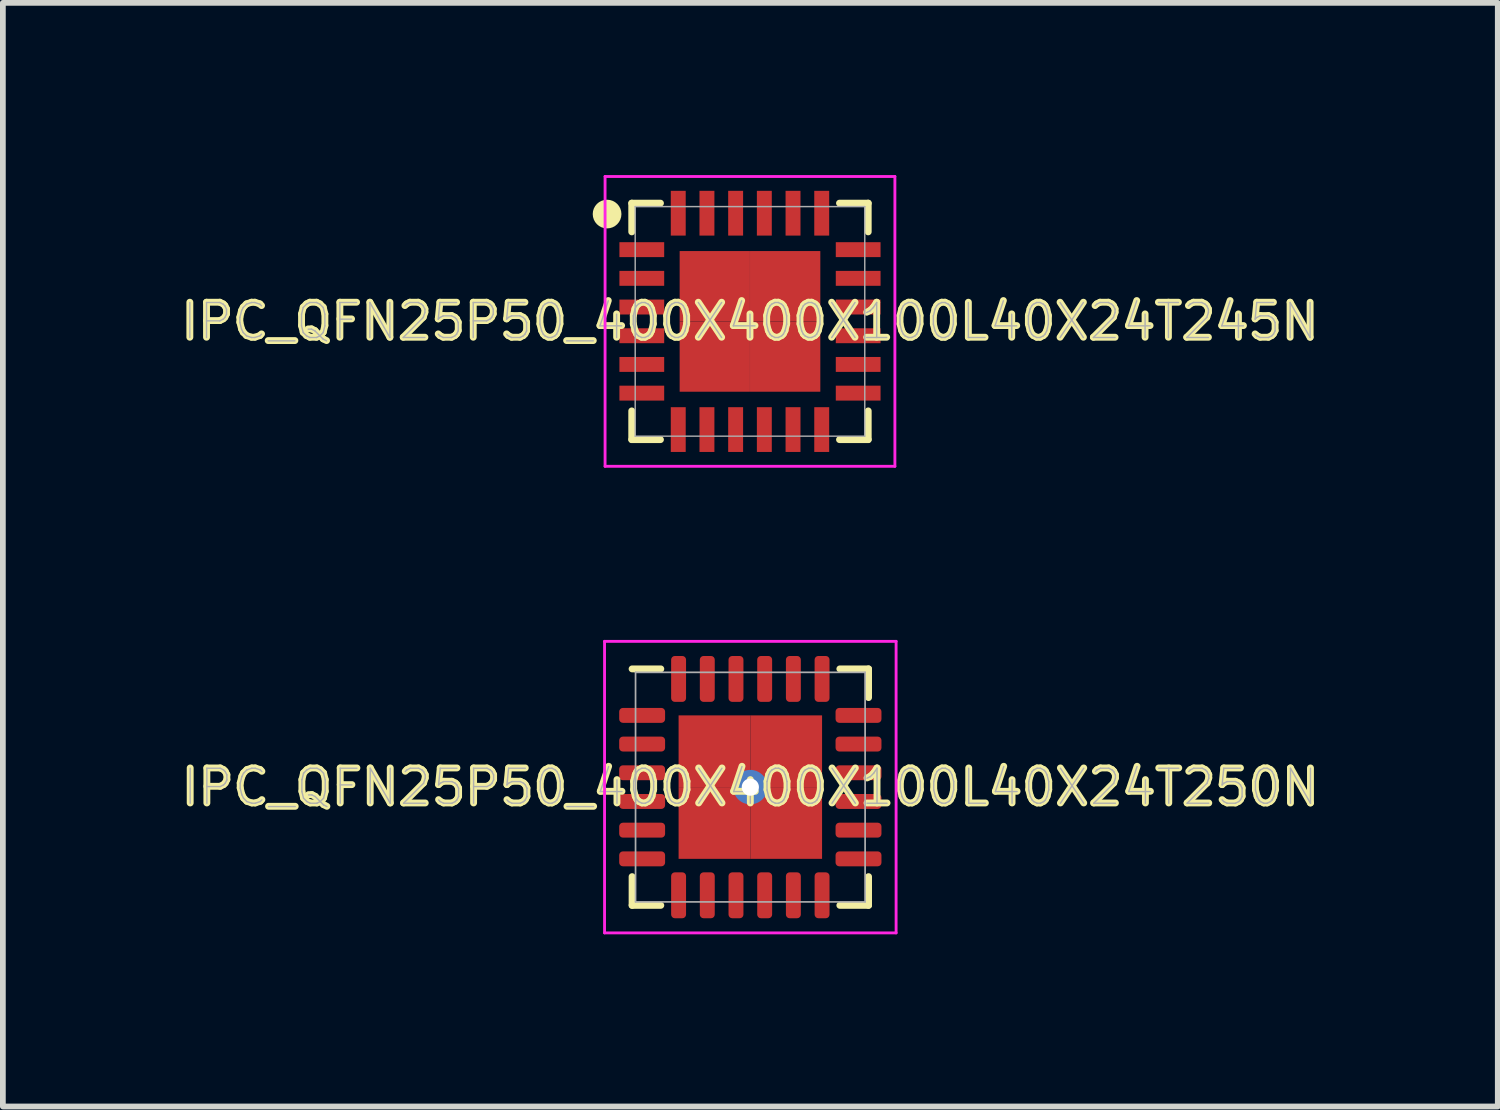
<source format=kicad_pcb>
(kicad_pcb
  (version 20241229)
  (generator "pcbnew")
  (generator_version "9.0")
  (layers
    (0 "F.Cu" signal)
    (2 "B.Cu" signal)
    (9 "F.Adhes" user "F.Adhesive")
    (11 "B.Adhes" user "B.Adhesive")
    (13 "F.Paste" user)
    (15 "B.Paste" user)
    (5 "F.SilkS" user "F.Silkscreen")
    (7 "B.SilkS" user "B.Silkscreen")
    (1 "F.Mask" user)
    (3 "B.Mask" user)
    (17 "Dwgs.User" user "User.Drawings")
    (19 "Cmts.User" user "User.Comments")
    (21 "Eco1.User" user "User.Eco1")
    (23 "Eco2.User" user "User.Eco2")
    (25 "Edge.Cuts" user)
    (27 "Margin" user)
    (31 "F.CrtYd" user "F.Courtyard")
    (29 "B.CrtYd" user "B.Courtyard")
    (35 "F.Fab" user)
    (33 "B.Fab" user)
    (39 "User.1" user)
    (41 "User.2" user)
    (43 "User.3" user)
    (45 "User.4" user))
  (footprint "IPC_QFN25P50_400X400X100L40X24T245N"
    (layer "F.Cu")
    (at 10.018 2.55)
    (property "Reference" "IPC_QFN25P50_400X400X100L40X24T245N" (at 0 0 0) (layer "F.SilkS") (effects (font (size 0.61 0.61) (thickness 0.12))))
    (attr smd)
    (fp_line (start -2.06 -2.06) (end -2.06 -1.56) (stroke (width 0.12) (type solid)) (layer "F.SilkS"))
    (fp_line (start -2.06 1.56) (end -2.06 2.06) (stroke (width 0.12) (type solid)) (layer "F.SilkS"))
    (fp_line (start -2.06 2.06) (end -1.56 2.06) (stroke (width 0.12) (type solid)) (layer "F.SilkS"))
    (fp_line (start -1.56 -2.06) (end -2.06 -2.06) (stroke (width 0.12) (type solid)) (layer "F.SilkS"))
    (fp_line (start 1.56 2.06) (end 2.06 2.06) (stroke (width 0.12) (type solid)) (layer "F.SilkS"))
    (fp_line (start 2.06 -2.06) (end 1.56 -2.06) (stroke (width 0.12) (type solid)) (layer "F.SilkS"))
    (fp_line (start 2.06 -1.56) (end 2.06 -2.06) (stroke (width 0.12) (type solid)) (layer "F.SilkS"))
    (fp_line (start 2.06 2.06) (end 2.06 1.56) (stroke (width 0.12) (type solid)) (layer "F.SilkS"))
    (fp_circle (center -2.49 -1.87) (end -2.365 -1.87) (stroke (width 0.25) (type solid)) (fill no) (layer "F.SilkS"))
    (fp_line (start -2.525 -2.525) (end 2.525 -2.525) (stroke (width 0.05) (type solid)) (layer "F.CrtYd"))
    (fp_line (start -2.525 2.525) (end -2.525 -2.525) (stroke (width 0.05) (type solid)) (layer "F.CrtYd"))
    (fp_line (start 2.525 -2.525) (end 2.525 2.525) (stroke (width 0.05) (type solid)) (layer "F.CrtYd"))
    (fp_line (start 2.525 2.525) (end -2.525 2.525) (stroke (width 0.05) (type solid)) (layer "F.CrtYd"))
    (fp_line (start -2 -2) (end 2 -2) (stroke (width 0.025) (type solid)) (layer "F.Fab"))
    (fp_line (start -2 2) (end -2 -2) (stroke (width 0.025) (type solid)) (layer "F.Fab"))
    (fp_line (start 2 -2) (end 2 2) (stroke (width 0.025) (type solid)) (layer "F.Fab"))
    (fp_line (start 2 2) (end -2 2) (stroke (width 0.025) (type solid)) (layer "F.Fab"))
    (fp_text user "${REFERENCE}" (at 0 0 0) (layer "F.Fab") (effects (font (size 0.61 0.61) (thickness 0.025))))
    (pad "1" smd rect (at -1.885 -1.25 270) (size 0.26 0.78) (layers "F.Cu" "F.Mask" "F.Paste"))
    (pad "2" smd rect (at -1.885 -0.75 270) (size 0.26 0.78) (layers "F.Cu" "F.Mask" "F.Paste"))
    (pad "3" smd rect (at -1.885 -0.25 270) (size 0.26 0.78) (layers "F.Cu" "F.Mask" "F.Paste"))
    (pad "4" smd rect (at -1.885 0.25 270) (size 0.26 0.78) (layers "F.Cu" "F.Mask" "F.Paste"))
    (pad "5" smd rect (at -1.885 0.75 270) (size 0.26 0.78) (layers "F.Cu" "F.Mask" "F.Paste"))
    (pad "6" smd rect (at -1.885 1.25 270) (size 0.26 0.78) (layers "F.Cu" "F.Mask" "F.Paste"))
    (pad "7" smd rect (at -1.25 1.885) (size 0.26 0.78) (layers "F.Cu" "F.Mask" "F.Paste"))
    (pad "8" smd rect (at -0.75 1.885) (size 0.26 0.78) (layers "F.Cu" "F.Mask" "F.Paste"))
    (pad "9" smd rect (at -0.25 1.885) (size 0.26 0.78) (layers "F.Cu" "F.Mask" "F.Paste"))
    (pad "10" smd rect (at 0.25 1.885) (size 0.26 0.78) (layers "F.Cu" "F.Mask" "F.Paste"))
    (pad "11" smd rect (at 0.75 1.885) (size 0.26 0.78) (layers "F.Cu" "F.Mask" "F.Paste"))
    (pad "12" smd rect (at 1.25 1.885) (size 0.26 0.78) (layers "F.Cu" "F.Mask" "F.Paste"))
    (pad "13" smd rect (at 1.885 1.25 90) (size 0.26 0.78) (layers "F.Cu" "F.Mask" "F.Paste"))
    (pad "14" smd rect (at 1.885 0.75 90) (size 0.26 0.78) (layers "F.Cu" "F.Mask" "F.Paste"))
    (pad "15" smd rect (at 1.885 0.25 90) (size 0.26 0.78) (layers "F.Cu" "F.Mask" "F.Paste"))
    (pad "16" smd rect (at 1.885 -0.25 90) (size 0.26 0.78) (layers "F.Cu" "F.Mask" "F.Paste"))
    (pad "17" smd rect (at 1.885 -0.75 90) (size 0.26 0.78) (layers "F.Cu" "F.Mask" "F.Paste"))
    (pad "18" smd rect (at 1.885 -1.25 90) (size 0.26 0.78) (layers "F.Cu" "F.Mask" "F.Paste"))
    (pad "19" smd rect (at 1.25 -1.885 180) (size 0.26 0.78) (layers "F.Cu" "F.Mask" "F.Paste"))
    (pad "20" smd rect (at 0.75 -1.885 180) (size 0.26 0.78) (layers "F.Cu" "F.Mask" "F.Paste"))
    (pad "21" smd rect (at 0.25 -1.885 180) (size 0.26 0.78) (layers "F.Cu" "F.Mask" "F.Paste"))
    (pad "22" smd rect (at -0.25 -1.885 180) (size 0.26 0.78) (layers "F.Cu" "F.Mask" "F.Paste"))
    (pad "23" smd rect (at -0.75 -1.885 180) (size 0.26 0.78) (layers "F.Cu" "F.Mask" "F.Paste"))
    (pad "24" smd rect (at -1.25 -1.885 180) (size 0.26 0.78) (layers "F.Cu" "F.Mask" "F.Paste"))
    (pad "25" smd rect (at -0.613 -0.613) (size 1.225 1.225) (layers "F.Cu" "F.Mask" "F.Paste"))
    (pad "25" smd rect (at -0.613 0.613) (size 1.225 1.225) (layers "F.Cu" "F.Mask" "F.Paste"))
    (pad "25" smd rect (at 0.613 -0.613) (size 1.225 1.225) (layers "F.Cu" "F.Mask" "F.Paste"))
    (pad "25" smd rect (at 0.613 0.613) (size 1.225 1.225) (layers "F.Cu" "F.Mask" "F.Paste")))
  (footprint "IPC_QFN25P50_400X400X100L40X24T250N"
    (layer "F.Cu")
    (at 10.024 10.665)
    (property "Reference" "IPC_QFN25P50_400X400X100L40X24T250N" (at 0 0 0) (layer "F.SilkS") (effects (font (size 0.61 0.61) (thickness 0.12))))
    (attr smd)
    (fp_line (start -2.06 1.56) (end -2.06 2.06) (stroke (width 0.12) (type solid)) (layer "F.SilkS"))
    (fp_line (start -2.06 2.06) (end -1.56 2.06) (stroke (width 0.12) (type solid)) (layer "F.SilkS"))
    (fp_line (start -1.56 -2.06) (end -2.06 -2.06) (stroke (width 0.12) (type solid)) (layer "F.SilkS"))
    (fp_line (start 1.56 2.06) (end 2.06 2.06) (stroke (width 0.12) (type solid)) (layer "F.SilkS"))
    (fp_line (start 2.06 -2.06) (end 1.56 -2.06) (stroke (width 0.12) (type solid)) (layer "F.SilkS"))
    (fp_line (start 2.06 -1.56) (end 2.06 -2.06) (stroke (width 0.12) (type solid)) (layer "F.SilkS"))
    (fp_line (start 2.06 2.06) (end 2.06 1.56) (stroke (width 0.12) (type solid)) (layer "F.SilkS"))
    (fp_line (start -2.54 -2.54) (end 2.54 -2.54) (stroke (width 0.05) (type solid)) (layer "F.CrtYd"))
    (fp_line (start -2.54 2.54) (end -2.54 -2.54) (stroke (width 0.05) (type solid)) (layer "F.CrtYd"))
    (fp_line (start 2.54 -2.54) (end 2.54 2.54) (stroke (width 0.05) (type solid)) (layer "F.CrtYd"))
    (fp_line (start 2.54 2.54) (end -2.54 2.54) (stroke (width 0.05) (type solid)) (layer "F.CrtYd"))
    (fp_line (start -2 -2) (end 2 -2) (stroke (width 0.03) (type solid)) (layer "F.Fab"))
    (fp_line (start -2 2) (end -2 -2) (stroke (width 0.03) (type solid)) (layer "F.Fab"))
    (fp_line (start 2 -2) (end 2 2) (stroke (width 0.03) (type solid)) (layer "F.Fab"))
    (fp_line (start 2 2) (end -2 2) (stroke (width 0.03) (type solid)) (layer "F.Fab"))
    (fp_text user "${REFERENCE}" (at 0 0 0) (layer "F.Fab") (effects (font (size 0.61 0.61) (thickness 0.025))))
    (pad "1" smd roundrect (at -1.885 -1.25 270) (size 0.26 0.8) (layers "F.Cu" "F.Mask" "F.Paste") (roundrect_rratio 0.25))
    (pad "2" smd roundrect (at -1.885 -0.75 270) (size 0.26 0.8) (layers "F.Cu" "F.Mask" "F.Paste") (roundrect_rratio 0.25))
    (pad "3" smd roundrect (at -1.885 -0.25 270) (size 0.26 0.8) (layers "F.Cu" "F.Mask" "F.Paste") (roundrect_rratio 0.25))
    (pad "4" smd roundrect (at -1.885 0.25 270) (size 0.26 0.8) (layers "F.Cu" "F.Mask" "F.Paste") (roundrect_rratio 0.25))
    (pad "5" smd roundrect (at -1.885 0.75 270) (size 0.26 0.8) (layers "F.Cu" "F.Mask" "F.Paste") (roundrect_rratio 0.25))
    (pad "6" smd roundrect (at -1.885 1.25 270) (size 0.26 0.8) (layers "F.Cu" "F.Mask" "F.Paste") (roundrect_rratio 0.25))
    (pad "7" smd roundrect (at -1.25 1.885) (size 0.26 0.8) (layers "F.Cu" "F.Mask" "F.Paste") (roundrect_rratio 0.25))
    (pad "8" smd roundrect (at -0.75 1.885) (size 0.26 0.8) (layers "F.Cu" "F.Mask" "F.Paste") (roundrect_rratio 0.25))
    (pad "9" smd roundrect (at -0.25 1.885) (size 0.26 0.8) (layers "F.Cu" "F.Mask" "F.Paste") (roundrect_rratio 0.25))
    (pad "10" smd roundrect (at 0.25 1.885) (size 0.26 0.8) (layers "F.Cu" "F.Mask" "F.Paste") (roundrect_rratio 0.25))
    (pad "11" smd roundrect (at 0.75 1.885) (size 0.26 0.8) (layers "F.Cu" "F.Mask" "F.Paste") (roundrect_rratio 0.25))
    (pad "12" smd roundrect (at 1.25 1.885) (size 0.26 0.8) (layers "F.Cu" "F.Mask" "F.Paste") (roundrect_rratio 0.25))
    (pad "13" smd roundrect (at 1.885 1.25 90) (size 0.26 0.8) (layers "F.Cu" "F.Mask" "F.Paste") (roundrect_rratio 0.25))
    (pad "14" smd roundrect (at 1.885 0.75 90) (size 0.26 0.8) (layers "F.Cu" "F.Mask" "F.Paste") (roundrect_rratio 0.25))
    (pad "15" smd roundrect (at 1.885 0.25 90) (size 0.26 0.8) (layers "F.Cu" "F.Mask" "F.Paste") (roundrect_rratio 0.25))
    (pad "16" smd roundrect (at 1.885 -0.25 90) (size 0.26 0.8) (layers "F.Cu" "F.Mask" "F.Paste") (roundrect_rratio 0.25))
    (pad "17" smd roundrect (at 1.885 -0.75 90) (size 0.26 0.8) (layers "F.Cu" "F.Mask" "F.Paste") (roundrect_rratio 0.25))
    (pad "18" smd roundrect (at 1.885 -1.25 90) (size 0.26 0.8) (layers "F.Cu" "F.Mask" "F.Paste") (roundrect_rratio 0.25))
    (pad "19" smd roundrect (at 1.25 -1.885 180) (size 0.26 0.8) (layers "F.Cu" "F.Mask" "F.Paste") (roundrect_rratio 0.25))
    (pad "20" smd roundrect (at 0.75 -1.885 180) (size 0.26 0.8) (layers "F.Cu" "F.Mask" "F.Paste") (roundrect_rratio 0.25))
    (pad "21" smd roundrect (at 0.25 -1.885 180) (size 0.26 0.8) (layers "F.Cu" "F.Mask" "F.Paste") (roundrect_rratio 0.25))
    (pad "22" smd roundrect (at -0.25 -1.885 180) (size 0.26 0.8) (layers "F.Cu" "F.Mask" "F.Paste") (roundrect_rratio 0.25))
    (pad "23" smd roundrect (at -0.75 -1.885 180) (size 0.26 0.8) (layers "F.Cu" "F.Mask" "F.Paste") (roundrect_rratio 0.25))
    (pad "24" smd roundrect (at -1.25 -1.885 180) (size 0.26 0.8) (layers "F.Cu" "F.Mask" "F.Paste") (roundrect_rratio 0.25))
    (pad "25" smd rect (at -0.625 -0.625) (size 1.25 1.25) (layers "F.Cu" "F.Mask" "F.Paste"))
    (pad "25" smd rect (at -0.625 0.625) (size 1.25 1.25) (layers "F.Cu" "F.Mask" "F.Paste"))
    (pad "25" thru_hole circle (at 0 0) (size 0.6 0.6) (drill 0.3) (layers "*.Cu"))
    (pad "25" smd rect (at 0.625 -0.625) (size 1.25 1.25) (layers "F.Cu" "F.Mask" "F.Paste"))
    (pad "25" smd rect (at 0.625 0.625) (size 1.25 1.25) (layers "F.Cu" "F.Mask" "F.Paste")))
  (gr_rect
    (start -3 -3)
    (end 23.048 16.23)
    (stroke (width 0.1) (type default))
    (fill no)
    (layer "Edge.Cuts")))
</source>
